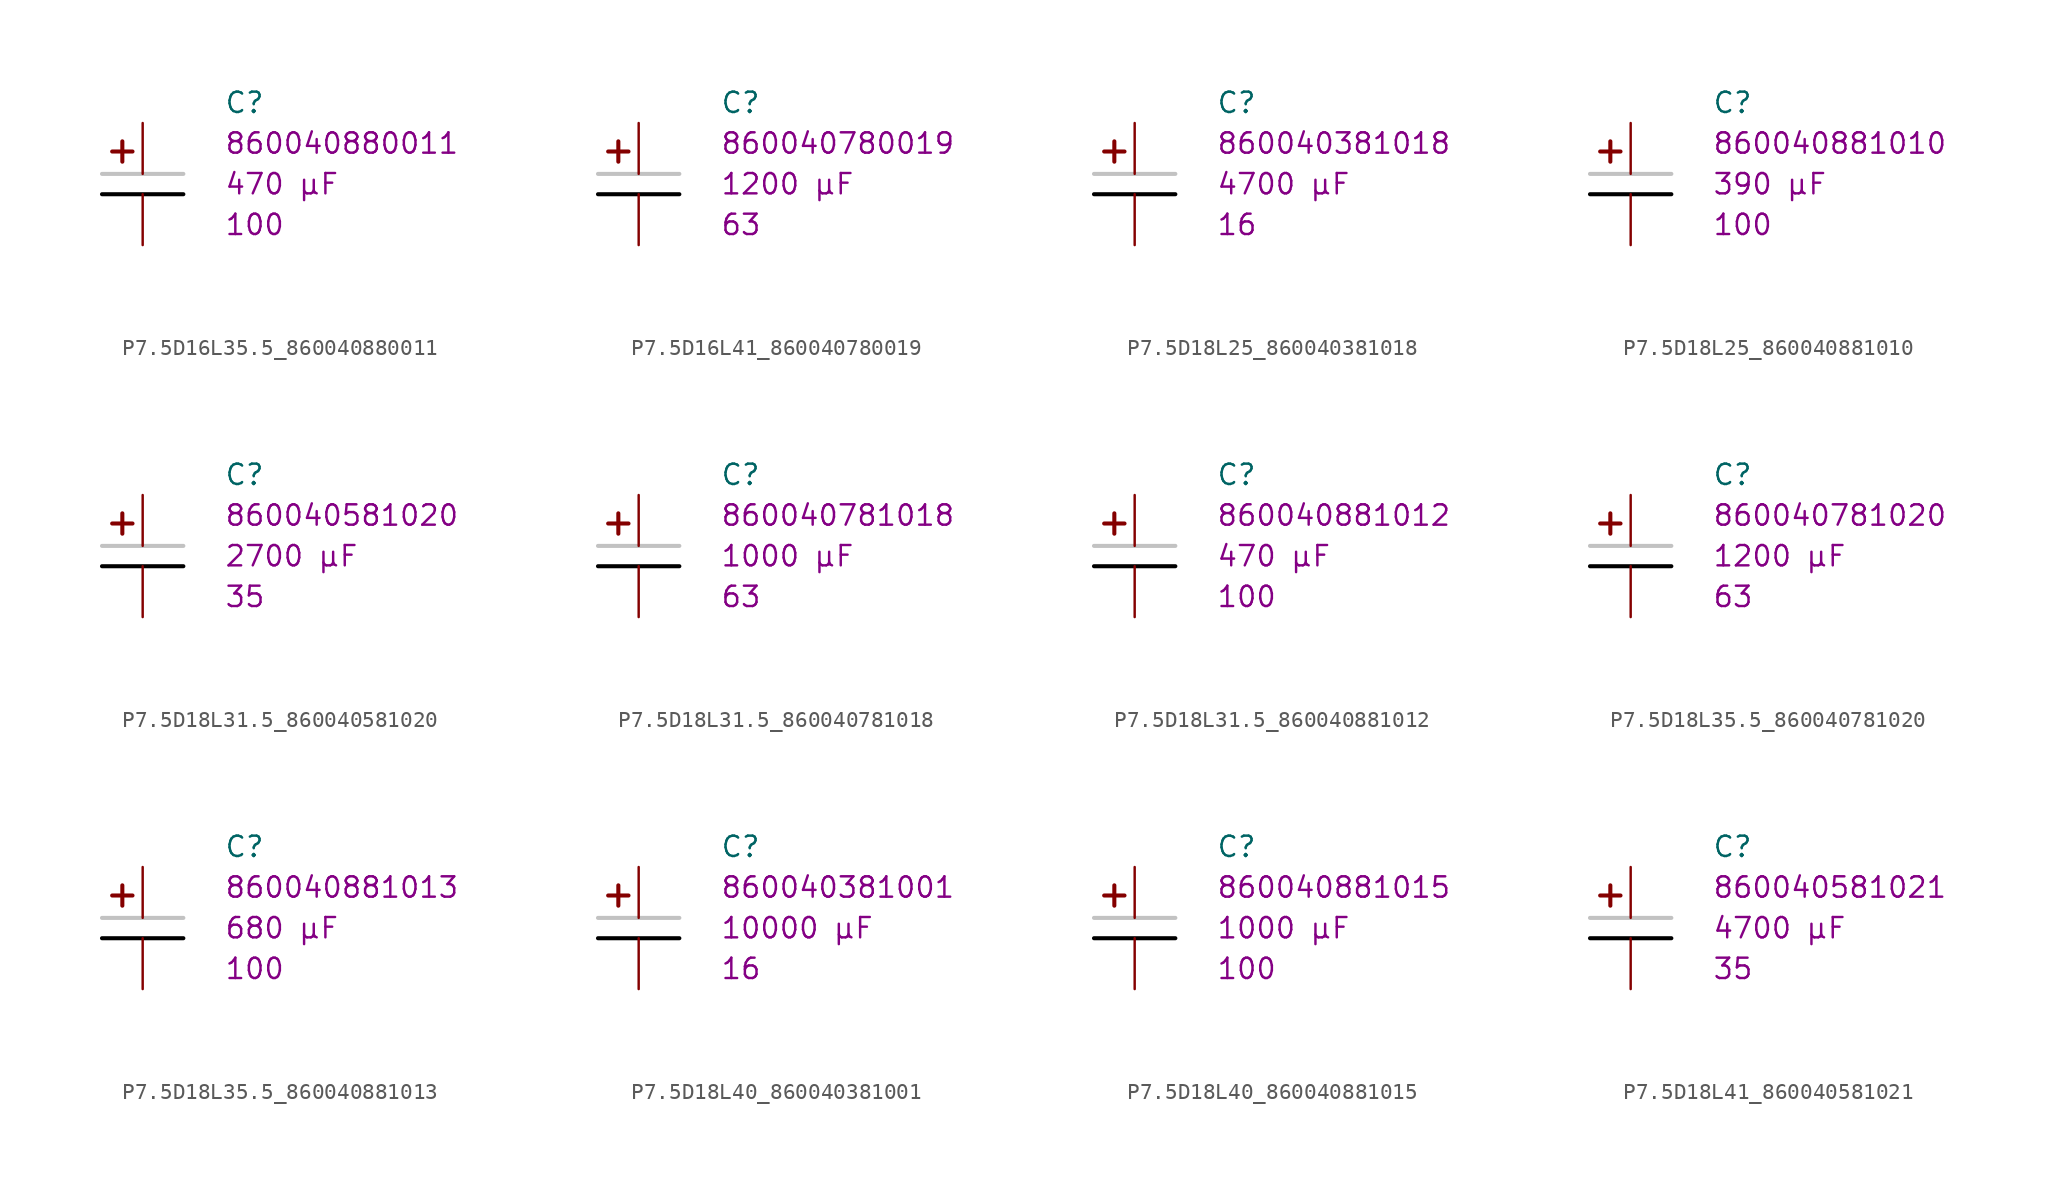
<source format=kicad_sym>
(kicad_symbol_lib
  (version 20220914)
  (generator kicad_symbol_editor)
  (symbol "P7.5D16L35.5_860040880011"
    (pin_numbers hide)
    (pin_names hide)
    (property "Reference" "C"
      (at 5.08 5.08 0)
      (effects (font (size 1.27 1.27)) (justify left)))
    (property "Part Number" "860040880011"
      (at 5.08 2.54 0)
      (effects (font (size 1.27 1.27)) (justify left)))
    (property "Capacitance" "470 µF"
      (at 5.08 0 0)
      (effects (font (size 1.27 1.27)) (justify left)))
    (property "Voltage" "100"
      (at 5.08 -2.54 0)
      (effects (font (size 1.27 1.27)) (justify left)))
    (property "Critical Parameter" ""
      (at 0 -7.62 0)
      (effects (font (size 1.27 1.27)) (justify left)))
    (symbol "P7.5D16L35.5_860040880011_1_1"
      (polyline (pts (xy -1.27 2.667) (xy -1.27 1.397)) (stroke (width 0.254) (type default)) (fill (type none)))
      (polyline (pts (xy -0.635 2.032) (xy -1.905 2.032)) (stroke (width 0.254) (type default)) (fill (type none)))
      (polyline (pts (xy 2.54 -0.635) (xy -2.54 -0.635)) (stroke (width 0.254) (type default) (color 0 0 0 1)) (fill (type none)))
      (polyline (pts (xy 2.54 0.635) (xy -2.54 0.635)) (stroke (width 0.254) (type default) (color 194 194 194 1)) (fill (type none)))
      (pin passive line (at 0 3.81 270) (length 3.175) (name "1" (effects (font (size 1.27 1.27)))) (number "1" (effects (font (size 1.27 1.27)))))
      (pin passive line (at 0 -3.81 90) (length 3.175) (name "2" (effects (font (size 1.27 1.27)))) (number "2" (effects (font (size 1.27 1.27)))))))
  (symbol "P7.5D16L41_860040780019"
    (pin_numbers hide)
    (pin_names hide)
    (property "Reference" "C"
      (at 5.08 5.08 0)
      (effects (font (size 1.27 1.27)) (justify left)))
    (property "Part Number" "860040780019"
      (at 5.08 2.54 0)
      (effects (font (size 1.27 1.27)) (justify left)))
    (property "Capacitance" "1200 µF"
      (at 5.08 0 0)
      (effects (font (size 1.27 1.27)) (justify left)))
    (property "Voltage" "63"
      (at 5.08 -2.54 0)
      (effects (font (size 1.27 1.27)) (justify left)))
    (property "Critical Parameter" ""
      (at 0 -7.62 0)
      (effects (font (size 1.27 1.27)) (justify left)))
    (symbol "P7.5D16L41_860040780019_1_1"
      (polyline (pts (xy -1.27 2.667) (xy -1.27 1.397)) (stroke (width 0.254) (type default)) (fill (type none)))
      (polyline (pts (xy -0.635 2.032) (xy -1.905 2.032)) (stroke (width 0.254) (type default)) (fill (type none)))
      (polyline (pts (xy 2.54 -0.635) (xy -2.54 -0.635)) (stroke (width 0.254) (type default) (color 0 0 0 1)) (fill (type none)))
      (polyline (pts (xy 2.54 0.635) (xy -2.54 0.635)) (stroke (width 0.254) (type default) (color 194 194 194 1)) (fill (type none)))
      (pin passive line (at 0 3.81 270) (length 3.175) (name "1" (effects (font (size 1.27 1.27)))) (number "1" (effects (font (size 1.27 1.27)))))
      (pin passive line (at 0 -3.81 90) (length 3.175) (name "2" (effects (font (size 1.27 1.27)))) (number "2" (effects (font (size 1.27 1.27)))))))
  (symbol "P7.5D18L25_860040381018"
    (pin_numbers hide)
    (pin_names hide)
    (property "Reference" "C"
      (at 5.08 5.08 0)
      (effects (font (size 1.27 1.27)) (justify left)))
    (property "Part Number" "860040381018"
      (at 5.08 2.54 0)
      (effects (font (size 1.27 1.27)) (justify left)))
    (property "Capacitance" "4700 µF"
      (at 5.08 0 0)
      (effects (font (size 1.27 1.27)) (justify left)))
    (property "Voltage" "16"
      (at 5.08 -2.54 0)
      (effects (font (size 1.27 1.27)) (justify left)))
    (property "Critical Parameter" ""
      (at 0 -7.62 0)
      (effects (font (size 1.27 1.27)) (justify left)))
    (symbol "P7.5D18L25_860040381018_1_1"
      (polyline (pts (xy -1.27 2.667) (xy -1.27 1.397)) (stroke (width 0.254) (type default)) (fill (type none)))
      (polyline (pts (xy -0.635 2.032) (xy -1.905 2.032)) (stroke (width 0.254) (type default)) (fill (type none)))
      (polyline (pts (xy 2.54 -0.635) (xy -2.54 -0.635)) (stroke (width 0.254) (type default) (color 0 0 0 1)) (fill (type none)))
      (polyline (pts (xy 2.54 0.635) (xy -2.54 0.635)) (stroke (width 0.254) (type default) (color 194 194 194 1)) (fill (type none)))
      (pin passive line (at 0 3.81 270) (length 3.175) (name "1" (effects (font (size 1.27 1.27)))) (number "1" (effects (font (size 1.27 1.27)))))
      (pin passive line (at 0 -3.81 90) (length 3.175) (name "2" (effects (font (size 1.27 1.27)))) (number "2" (effects (font (size 1.27 1.27)))))))
  (symbol "P7.5D18L25_860040881010"
    (pin_numbers hide)
    (pin_names hide)
    (property "Reference" "C"
      (at 5.08 5.08 0)
      (effects (font (size 1.27 1.27)) (justify left)))
    (property "Part Number" "860040881010"
      (at 5.08 2.54 0)
      (effects (font (size 1.27 1.27)) (justify left)))
    (property "Capacitance" "390 µF"
      (at 5.08 0 0)
      (effects (font (size 1.27 1.27)) (justify left)))
    (property "Voltage" "100"
      (at 5.08 -2.54 0)
      (effects (font (size 1.27 1.27)) (justify left)))
    (property "Critical Parameter" ""
      (at 0 -7.62 0)
      (effects (font (size 1.27 1.27)) (justify left)))
    (symbol "P7.5D18L25_860040881010_1_1"
      (polyline (pts (xy -1.27 2.667) (xy -1.27 1.397)) (stroke (width 0.254) (type default)) (fill (type none)))
      (polyline (pts (xy -0.635 2.032) (xy -1.905 2.032)) (stroke (width 0.254) (type default)) (fill (type none)))
      (polyline (pts (xy 2.54 -0.635) (xy -2.54 -0.635)) (stroke (width 0.254) (type default) (color 0 0 0 1)) (fill (type none)))
      (polyline (pts (xy 2.54 0.635) (xy -2.54 0.635)) (stroke (width 0.254) (type default) (color 194 194 194 1)) (fill (type none)))
      (pin passive line (at 0 3.81 270) (length 3.175) (name "1" (effects (font (size 1.27 1.27)))) (number "1" (effects (font (size 1.27 1.27)))))
      (pin passive line (at 0 -3.81 90) (length 3.175) (name "2" (effects (font (size 1.27 1.27)))) (number "2" (effects (font (size 1.27 1.27)))))))
  (symbol "P7.5D18L31.5_860040581020"
    (pin_numbers hide)
    (pin_names hide)
    (property "Reference" "C"
      (at 5.08 5.08 0)
      (effects (font (size 1.27 1.27)) (justify left)))
    (property "Part Number" "860040581020"
      (at 5.08 2.54 0)
      (effects (font (size 1.27 1.27)) (justify left)))
    (property "Capacitance" "2700 µF"
      (at 5.08 0 0)
      (effects (font (size 1.27 1.27)) (justify left)))
    (property "Voltage" "35"
      (at 5.08 -2.54 0)
      (effects (font (size 1.27 1.27)) (justify left)))
    (property "Critical Parameter" ""
      (at 0 -7.62 0)
      (effects (font (size 1.27 1.27)) (justify left)))
    (symbol "P7.5D18L31.5_860040581020_1_1"
      (polyline (pts (xy -1.27 2.667) (xy -1.27 1.397)) (stroke (width 0.254) (type default)) (fill (type none)))
      (polyline (pts (xy -0.635 2.032) (xy -1.905 2.032)) (stroke (width 0.254) (type default)) (fill (type none)))
      (polyline (pts (xy 2.54 -0.635) (xy -2.54 -0.635)) (stroke (width 0.254) (type default) (color 0 0 0 1)) (fill (type none)))
      (polyline (pts (xy 2.54 0.635) (xy -2.54 0.635)) (stroke (width 0.254) (type default) (color 194 194 194 1)) (fill (type none)))
      (pin passive line (at 0 3.81 270) (length 3.175) (name "1" (effects (font (size 1.27 1.27)))) (number "1" (effects (font (size 1.27 1.27)))))
      (pin passive line (at 0 -3.81 90) (length 3.175) (name "2" (effects (font (size 1.27 1.27)))) (number "2" (effects (font (size 1.27 1.27)))))))
  (symbol "P7.5D18L31.5_860040781018"
    (pin_numbers hide)
    (pin_names hide)
    (property "Reference" "C"
      (at 5.08 5.08 0)
      (effects (font (size 1.27 1.27)) (justify left)))
    (property "Part Number" "860040781018"
      (at 5.08 2.54 0)
      (effects (font (size 1.27 1.27)) (justify left)))
    (property "Capacitance" "1000 µF"
      (at 5.08 0 0)
      (effects (font (size 1.27 1.27)) (justify left)))
    (property "Voltage" "63"
      (at 5.08 -2.54 0)
      (effects (font (size 1.27 1.27)) (justify left)))
    (property "Critical Parameter" ""
      (at 0 -7.62 0)
      (effects (font (size 1.27 1.27)) (justify left)))
    (symbol "P7.5D18L31.5_860040781018_1_1"
      (polyline (pts (xy -1.27 2.667) (xy -1.27 1.397)) (stroke (width 0.254) (type default)) (fill (type none)))
      (polyline (pts (xy -0.635 2.032) (xy -1.905 2.032)) (stroke (width 0.254) (type default)) (fill (type none)))
      (polyline (pts (xy 2.54 -0.635) (xy -2.54 -0.635)) (stroke (width 0.254) (type default) (color 0 0 0 1)) (fill (type none)))
      (polyline (pts (xy 2.54 0.635) (xy -2.54 0.635)) (stroke (width 0.254) (type default) (color 194 194 194 1)) (fill (type none)))
      (pin passive line (at 0 3.81 270) (length 3.175) (name "1" (effects (font (size 1.27 1.27)))) (number "1" (effects (font (size 1.27 1.27)))))
      (pin passive line (at 0 -3.81 90) (length 3.175) (name "2" (effects (font (size 1.27 1.27)))) (number "2" (effects (font (size 1.27 1.27)))))))
  (symbol "P7.5D18L31.5_860040881012"
    (pin_numbers hide)
    (pin_names hide)
    (property "Reference" "C"
      (at 5.08 5.08 0)
      (effects (font (size 1.27 1.27)) (justify left)))
    (property "Part Number" "860040881012"
      (at 5.08 2.54 0)
      (effects (font (size 1.27 1.27)) (justify left)))
    (property "Capacitance" "470 µF"
      (at 5.08 0 0)
      (effects (font (size 1.27 1.27)) (justify left)))
    (property "Voltage" "100"
      (at 5.08 -2.54 0)
      (effects (font (size 1.27 1.27)) (justify left)))
    (property "Critical Parameter" ""
      (at 0 -7.62 0)
      (effects (font (size 1.27 1.27)) (justify left)))
    (symbol "P7.5D18L31.5_860040881012_1_1"
      (polyline (pts (xy -1.27 2.667) (xy -1.27 1.397)) (stroke (width 0.254) (type default)) (fill (type none)))
      (polyline (pts (xy -0.635 2.032) (xy -1.905 2.032)) (stroke (width 0.254) (type default)) (fill (type none)))
      (polyline (pts (xy 2.54 -0.635) (xy -2.54 -0.635)) (stroke (width 0.254) (type default) (color 0 0 0 1)) (fill (type none)))
      (polyline (pts (xy 2.54 0.635) (xy -2.54 0.635)) (stroke (width 0.254) (type default) (color 194 194 194 1)) (fill (type none)))
      (pin passive line (at 0 3.81 270) (length 3.175) (name "1" (effects (font (size 1.27 1.27)))) (number "1" (effects (font (size 1.27 1.27)))))
      (pin passive line (at 0 -3.81 90) (length 3.175) (name "2" (effects (font (size 1.27 1.27)))) (number "2" (effects (font (size 1.27 1.27)))))))
  (symbol "P7.5D18L35.5_860040781020"
    (pin_numbers hide)
    (pin_names hide)
    (property "Reference" "C"
      (at 5.08 5.08 0)
      (effects (font (size 1.27 1.27)) (justify left)))
    (property "Part Number" "860040781020"
      (at 5.08 2.54 0)
      (effects (font (size 1.27 1.27)) (justify left)))
    (property "Capacitance" "1200 µF"
      (at 5.08 0 0)
      (effects (font (size 1.27 1.27)) (justify left)))
    (property "Voltage" "63"
      (at 5.08 -2.54 0)
      (effects (font (size 1.27 1.27)) (justify left)))
    (property "Critical Parameter" ""
      (at 0 -7.62 0)
      (effects (font (size 1.27 1.27)) (justify left)))
    (symbol "P7.5D18L35.5_860040781020_1_1"
      (polyline (pts (xy -1.27 2.667) (xy -1.27 1.397)) (stroke (width 0.254) (type default)) (fill (type none)))
      (polyline (pts (xy -0.635 2.032) (xy -1.905 2.032)) (stroke (width 0.254) (type default)) (fill (type none)))
      (polyline (pts (xy 2.54 -0.635) (xy -2.54 -0.635)) (stroke (width 0.254) (type default) (color 0 0 0 1)) (fill (type none)))
      (polyline (pts (xy 2.54 0.635) (xy -2.54 0.635)) (stroke (width 0.254) (type default) (color 194 194 194 1)) (fill (type none)))
      (pin passive line (at 0 3.81 270) (length 3.175) (name "1" (effects (font (size 1.27 1.27)))) (number "1" (effects (font (size 1.27 1.27)))))
      (pin passive line (at 0 -3.81 90) (length 3.175) (name "2" (effects (font (size 1.27 1.27)))) (number "2" (effects (font (size 1.27 1.27)))))))
  (symbol "P7.5D18L35.5_860040881013"
    (pin_numbers hide)
    (pin_names hide)
    (property "Reference" "C"
      (at 5.08 5.08 0)
      (effects (font (size 1.27 1.27)) (justify left)))
    (property "Part Number" "860040881013"
      (at 5.08 2.54 0)
      (effects (font (size 1.27 1.27)) (justify left)))
    (property "Capacitance" "680 µF"
      (at 5.08 0 0)
      (effects (font (size 1.27 1.27)) (justify left)))
    (property "Voltage" "100"
      (at 5.08 -2.54 0)
      (effects (font (size 1.27 1.27)) (justify left)))
    (property "Critical Parameter" ""
      (at 0 -7.62 0)
      (effects (font (size 1.27 1.27)) (justify left)))
    (symbol "P7.5D18L35.5_860040881013_1_1"
      (polyline (pts (xy -1.27 2.667) (xy -1.27 1.397)) (stroke (width 0.254) (type default)) (fill (type none)))
      (polyline (pts (xy -0.635 2.032) (xy -1.905 2.032)) (stroke (width 0.254) (type default)) (fill (type none)))
      (polyline (pts (xy 2.54 -0.635) (xy -2.54 -0.635)) (stroke (width 0.254) (type default) (color 0 0 0 1)) (fill (type none)))
      (polyline (pts (xy 2.54 0.635) (xy -2.54 0.635)) (stroke (width 0.254) (type default) (color 194 194 194 1)) (fill (type none)))
      (pin passive line (at 0 3.81 270) (length 3.175) (name "1" (effects (font (size 1.27 1.27)))) (number "1" (effects (font (size 1.27 1.27)))))
      (pin passive line (at 0 -3.81 90) (length 3.175) (name "2" (effects (font (size 1.27 1.27)))) (number "2" (effects (font (size 1.27 1.27)))))))
  (symbol "P7.5D18L40_860040381001"
    (pin_numbers hide)
    (pin_names hide)
    (property "Reference" "C"
      (at 5.08 5.08 0)
      (effects (font (size 1.27 1.27)) (justify left)))
    (property "Part Number" "860040381001"
      (at 5.08 2.54 0)
      (effects (font (size 1.27 1.27)) (justify left)))
    (property "Capacitance" "10000 µF"
      (at 5.08 0 0)
      (effects (font (size 1.27 1.27)) (justify left)))
    (property "Voltage" "16"
      (at 5.08 -2.54 0)
      (effects (font (size 1.27 1.27)) (justify left)))
    (property "Critical Parameter" ""
      (at 0 -7.62 0)
      (effects (font (size 1.27 1.27)) (justify left)))
    (symbol "P7.5D18L40_860040381001_1_1"
      (polyline (pts (xy -1.27 2.667) (xy -1.27 1.397)) (stroke (width 0.254) (type default)) (fill (type none)))
      (polyline (pts (xy -0.635 2.032) (xy -1.905 2.032)) (stroke (width 0.254) (type default)) (fill (type none)))
      (polyline (pts (xy 2.54 -0.635) (xy -2.54 -0.635)) (stroke (width 0.254) (type default) (color 0 0 0 1)) (fill (type none)))
      (polyline (pts (xy 2.54 0.635) (xy -2.54 0.635)) (stroke (width 0.254) (type default) (color 194 194 194 1)) (fill (type none)))
      (pin passive line (at 0 3.81 270) (length 3.175) (name "1" (effects (font (size 1.27 1.27)))) (number "1" (effects (font (size 1.27 1.27)))))
      (pin passive line (at 0 -3.81 90) (length 3.175) (name "2" (effects (font (size 1.27 1.27)))) (number "2" (effects (font (size 1.27 1.27)))))))
  (symbol "P7.5D18L40_860040881015"
    (pin_numbers hide)
    (pin_names hide)
    (property "Reference" "C"
      (at 5.08 5.08 0)
      (effects (font (size 1.27 1.27)) (justify left)))
    (property "Part Number" "860040881015"
      (at 5.08 2.54 0)
      (effects (font (size 1.27 1.27)) (justify left)))
    (property "Capacitance" "1000 µF"
      (at 5.08 0 0)
      (effects (font (size 1.27 1.27)) (justify left)))
    (property "Voltage" "100"
      (at 5.08 -2.54 0)
      (effects (font (size 1.27 1.27)) (justify left)))
    (property "Critical Parameter" ""
      (at 0 -7.62 0)
      (effects (font (size 1.27 1.27)) (justify left)))
    (symbol "P7.5D18L40_860040881015_1_1"
      (polyline (pts (xy -1.27 2.667) (xy -1.27 1.397)) (stroke (width 0.254) (type default)) (fill (type none)))
      (polyline (pts (xy -0.635 2.032) (xy -1.905 2.032)) (stroke (width 0.254) (type default)) (fill (type none)))
      (polyline (pts (xy 2.54 -0.635) (xy -2.54 -0.635)) (stroke (width 0.254) (type default) (color 0 0 0 1)) (fill (type none)))
      (polyline (pts (xy 2.54 0.635) (xy -2.54 0.635)) (stroke (width 0.254) (type default) (color 194 194 194 1)) (fill (type none)))
      (pin passive line (at 0 3.81 270) (length 3.175) (name "1" (effects (font (size 1.27 1.27)))) (number "1" (effects (font (size 1.27 1.27)))))
      (pin passive line (at 0 -3.81 90) (length 3.175) (name "2" (effects (font (size 1.27 1.27)))) (number "2" (effects (font (size 1.27 1.27)))))))
  (symbol "P7.5D18L41_860040581021"
    (pin_numbers hide)
    (pin_names hide)
    (property "Reference" "C"
      (at 5.08 5.08 0)
      (effects (font (size 1.27 1.27)) (justify left)))
    (property "Part Number" "860040581021"
      (at 5.08 2.54 0)
      (effects (font (size 1.27 1.27)) (justify left)))
    (property "Capacitance" "4700 µF"
      (at 5.08 0 0)
      (effects (font (size 1.27 1.27)) (justify left)))
    (property "Voltage" "35"
      (at 5.08 -2.54 0)
      (effects (font (size 1.27 1.27)) (justify left)))
    (property "Critical Parameter" ""
      (at 0 -7.62 0)
      (effects (font (size 1.27 1.27)) (justify left)))
    (symbol "P7.5D18L41_860040581021_1_1"
      (polyline (pts (xy -1.27 2.667) (xy -1.27 1.397)) (stroke (width 0.254) (type default)) (fill (type none)))
      (polyline (pts (xy -0.635 2.032) (xy -1.905 2.032)) (stroke (width 0.254) (type default)) (fill (type none)))
      (polyline (pts (xy 2.54 -0.635) (xy -2.54 -0.635)) (stroke (width 0.254) (type default) (color 0 0 0 1)) (fill (type none)))
      (polyline (pts (xy 2.54 0.635) (xy -2.54 0.635)) (stroke (width 0.254) (type default) (color 194 194 194 1)) (fill (type none)))
      (pin passive line (at 0 3.81 270) (length 3.175) (name "1" (effects (font (size 1.27 1.27)))) (number "1" (effects (font (size 1.27 1.27)))))
      (pin passive line (at 0 -3.81 90) (length 3.175) (name "2" (effects (font (size 1.27 1.27)))) (number "2" (effects (font (size 1.27 1.27))))))))
</source>
